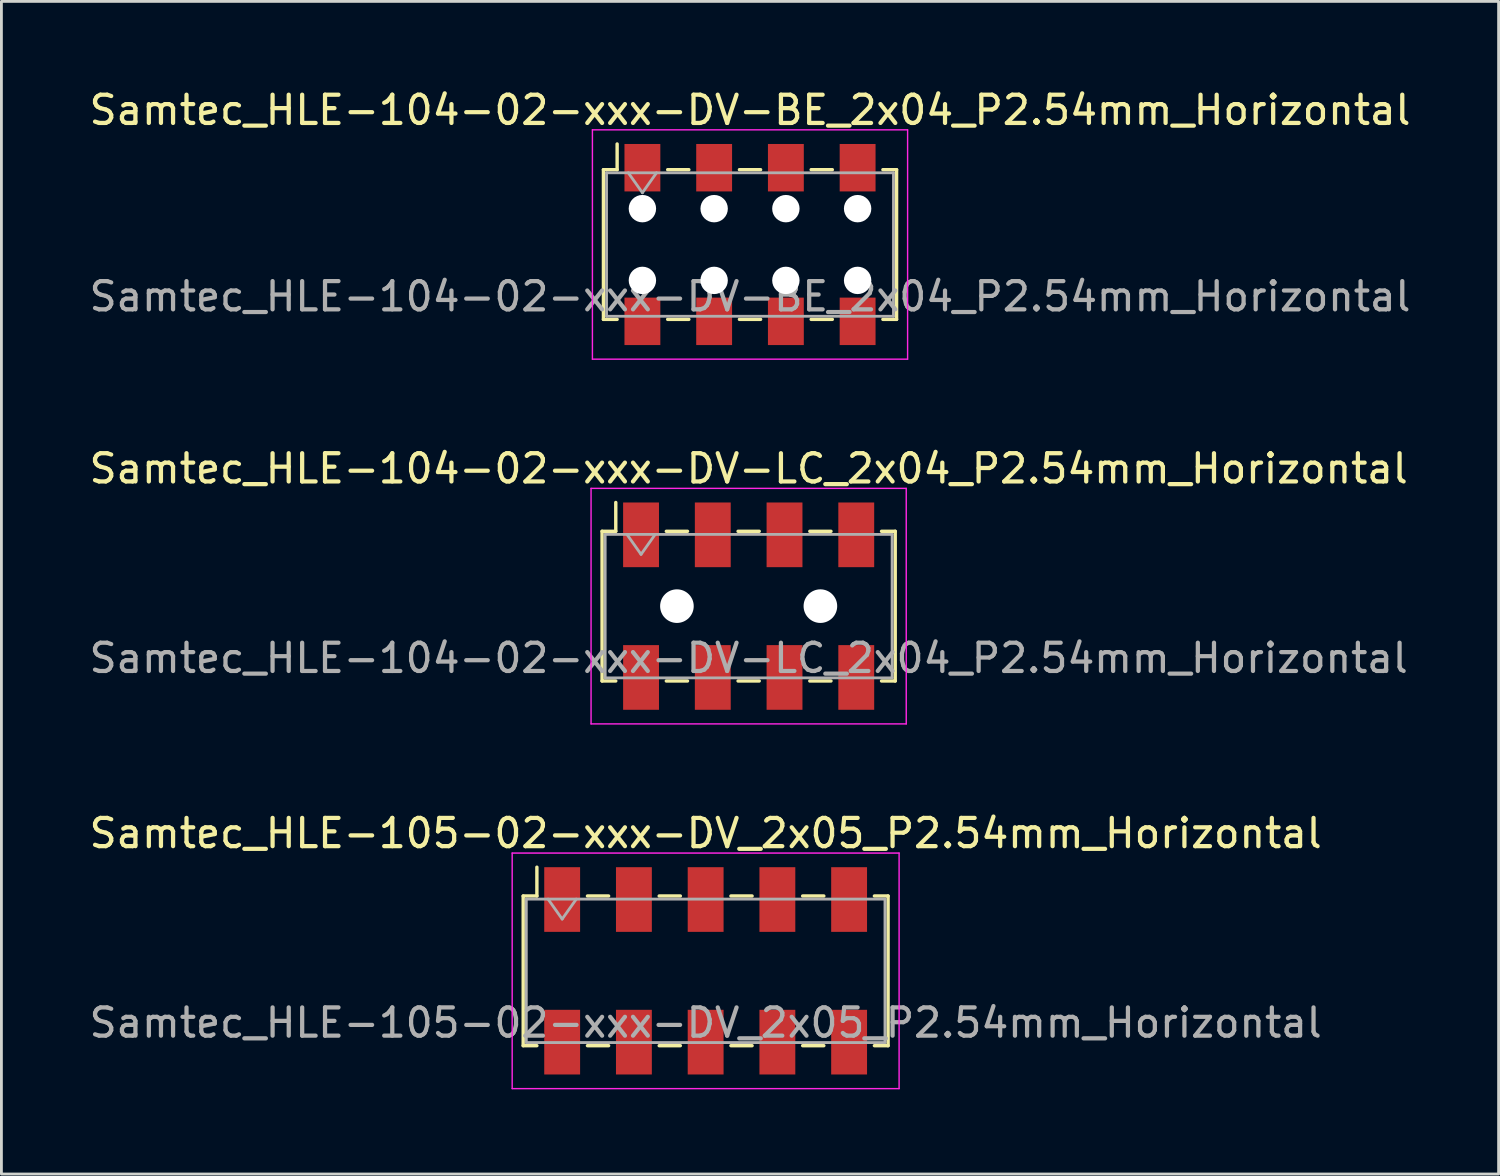
<source format=kicad_pcb>
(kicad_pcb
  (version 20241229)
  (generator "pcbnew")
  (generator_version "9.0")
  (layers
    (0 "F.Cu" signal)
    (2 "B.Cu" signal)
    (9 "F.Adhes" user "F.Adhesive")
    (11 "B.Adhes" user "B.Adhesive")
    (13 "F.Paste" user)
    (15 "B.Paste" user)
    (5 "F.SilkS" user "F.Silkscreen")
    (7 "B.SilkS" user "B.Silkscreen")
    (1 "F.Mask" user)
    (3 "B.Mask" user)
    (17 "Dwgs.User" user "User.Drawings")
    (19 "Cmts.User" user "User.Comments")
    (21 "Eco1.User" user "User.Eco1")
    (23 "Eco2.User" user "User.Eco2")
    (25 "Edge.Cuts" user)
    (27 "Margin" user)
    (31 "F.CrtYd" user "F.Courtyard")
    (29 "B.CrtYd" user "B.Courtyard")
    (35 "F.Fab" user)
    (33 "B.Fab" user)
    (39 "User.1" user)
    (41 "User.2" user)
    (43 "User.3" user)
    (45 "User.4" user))
  (footprint "Samtec_HLE-105-02-xxx-DV_2x05_P2.54mm_Horizontal"
    (layer "F.Cu")
    (at 21.935 31.325)
    (property "Reference" "Samtec_HLE-105-02-xxx-DV_2x05_P2.54mm_Horizontal" (at 0 -4.87 0) (layer "F.SilkS") (effects (font (size 1 1) (thickness 0.15))))
    (attr smd)
    (fp_line (start -6.46 -2.65) (end -6.46 2.65) (stroke (width 0.12) (type solid)) (layer "F.SilkS"))
    (fp_line (start -6.46 2.65) (end -5.975 2.65) (stroke (width 0.12) (type solid)) (layer "F.SilkS"))
    (fp_line (start -5.975 -3.67) (end -5.975 -2.65) (stroke (width 0.12) (type solid)) (layer "F.SilkS"))
    (fp_line (start -5.975 -2.65) (end -6.46 -2.65) (stroke (width 0.12) (type solid)) (layer "F.SilkS"))
    (fp_line (start -4.185 -2.65) (end -3.435 -2.65) (stroke (width 0.12) (type solid)) (layer "F.SilkS"))
    (fp_line (start -4.185 2.65) (end -3.435 2.65) (stroke (width 0.12) (type solid)) (layer "F.SilkS"))
    (fp_line (start -1.645 -2.65) (end -0.895 -2.65) (stroke (width 0.12) (type solid)) (layer "F.SilkS"))
    (fp_line (start -1.645 2.65) (end -0.895 2.65) (stroke (width 0.12) (type solid)) (layer "F.SilkS"))
    (fp_line (start 0.895 -2.65) (end 1.645 -2.65) (stroke (width 0.12) (type solid)) (layer "F.SilkS"))
    (fp_line (start 0.895 2.65) (end 1.645 2.65) (stroke (width 0.12) (type solid)) (layer "F.SilkS"))
    (fp_line (start 3.435 -2.65) (end 4.185 -2.65) (stroke (width 0.12) (type solid)) (layer "F.SilkS"))
    (fp_line (start 3.435 2.65) (end 4.185 2.65) (stroke (width 0.12) (type solid)) (layer "F.SilkS"))
    (fp_line (start 5.975 -2.65) (end 6.46 -2.65) (stroke (width 0.12) (type solid)) (layer "F.SilkS"))
    (fp_line (start 6.46 -2.65) (end 6.46 2.65) (stroke (width 0.12) (type solid)) (layer "F.SilkS"))
    (fp_line (start 6.46 2.65) (end 5.975 2.65) (stroke (width 0.12) (type solid)) (layer "F.SilkS"))
    (fp_line (start -6.85 -4.17) (end 6.85 -4.17) (stroke (width 0.05) (type solid)) (layer "F.CrtYd"))
    (fp_line (start -6.85 4.17) (end -6.85 -4.17) (stroke (width 0.05) (type solid)) (layer "F.CrtYd"))
    (fp_line (start 6.85 -4.17) (end 6.85 4.17) (stroke (width 0.05) (type solid)) (layer "F.CrtYd"))
    (fp_line (start 6.85 4.17) (end -6.85 4.17) (stroke (width 0.05) (type solid)) (layer "F.CrtYd"))
    (fp_line (start -6.35 -2.54) (end 6.35 -2.54) (stroke (width 0.1) (type solid)) (layer "F.Fab"))
    (fp_line (start -6.35 2.54) (end -6.35 -2.54) (stroke (width 0.1) (type solid)) (layer "F.Fab"))
    (fp_line (start -5.58 -2.54) (end -5.08 -1.833) (stroke (width 0.1) (type solid)) (layer "F.Fab"))
    (fp_line (start -5.08 -1.833) (end -4.58 -2.54) (stroke (width 0.1) (type solid)) (layer "F.Fab"))
    (fp_line (start 6.35 -2.54) (end 6.35 2.54) (stroke (width 0.1) (type solid)) (layer "F.Fab"))
    (fp_line (start 6.35 2.54) (end -6.35 2.54) (stroke (width 0.1) (type solid)) (layer "F.Fab"))
    (fp_text user "${REFERENCE}" (at 0 1.84 0) (layer "F.Fab") (effects (font (size 1 1) (thickness 0.15))))
    (pad "1" smd rect (at -5.08 -2.525) (size 1.27 2.29) (layers "F.Cu" "F.Mask" "F.Paste"))
    (pad "2" smd rect (at -5.08 2.525) (size 1.27 2.29) (layers "F.Cu" "F.Mask" "F.Paste"))
    (pad "3" smd rect (at -2.54 -2.525) (size 1.27 2.29) (layers "F.Cu" "F.Mask" "F.Paste"))
    (pad "4" smd rect (at -2.54 2.525) (size 1.27 2.29) (layers "F.Cu" "F.Mask" "F.Paste"))
    (pad "5" smd rect (at 0 -2.525) (size 1.27 2.29) (layers "F.Cu" "F.Mask" "F.Paste"))
    (pad "6" smd rect (at 0 2.525) (size 1.27 2.29) (layers "F.Cu" "F.Mask" "F.Paste"))
    (pad "7" smd rect (at 2.54 -2.525) (size 1.27 2.29) (layers "F.Cu" "F.Mask" "F.Paste"))
    (pad "8" smd rect (at 2.54 2.525) (size 1.27 2.29) (layers "F.Cu" "F.Mask" "F.Paste"))
    (pad "9" smd rect (at 5.08 -2.525) (size 1.27 2.29) (layers "F.Cu" "F.Mask" "F.Paste"))
    (pad "10" smd rect (at 5.08 2.525) (size 1.27 2.29) (layers "F.Cu" "F.Mask" "F.Paste")))
  (footprint "Samtec_HLE-104-02-xxx-DV-BE_2x04_P2.54mm_Horizontal"
    (layer "F.Cu")
    (at 23.506 5.608)
    (property "Reference" "Samtec_HLE-104-02-xxx-DV-BE_2x04_P2.54mm_Horizontal" (at 0 -4.76 0) (layer "F.SilkS") (effects (font (size 1 1) (thickness 0.15))))
    (attr smd)
    (fp_line (start -5.19 -2.65) (end -5.19 2.65) (stroke (width 0.12) (type solid)) (layer "F.SilkS"))
    (fp_line (start -5.19 2.65) (end -4.705 2.65) (stroke (width 0.12) (type solid)) (layer "F.SilkS"))
    (fp_line (start -4.705 -3.56) (end -4.705 -2.65) (stroke (width 0.12) (type solid)) (layer "F.SilkS"))
    (fp_line (start -4.705 -2.65) (end -5.19 -2.65) (stroke (width 0.12) (type solid)) (layer "F.SilkS"))
    (fp_line (start -2.915 -2.65) (end -2.165 -2.65) (stroke (width 0.12) (type solid)) (layer "F.SilkS"))
    (fp_line (start -2.915 2.65) (end -2.165 2.65) (stroke (width 0.12) (type solid)) (layer "F.SilkS"))
    (fp_line (start -0.375 -2.65) (end 0.375 -2.65) (stroke (width 0.12) (type solid)) (layer "F.SilkS"))
    (fp_line (start -0.375 2.65) (end 0.375 2.65) (stroke (width 0.12) (type solid)) (layer "F.SilkS"))
    (fp_line (start 2.165 -2.65) (end 2.915 -2.65) (stroke (width 0.12) (type solid)) (layer "F.SilkS"))
    (fp_line (start 2.165 2.65) (end 2.915 2.65) (stroke (width 0.12) (type solid)) (layer "F.SilkS"))
    (fp_line (start 4.705 -2.65) (end 5.19 -2.65) (stroke (width 0.12) (type solid)) (layer "F.SilkS"))
    (fp_line (start 5.19 -2.65) (end 5.19 2.65) (stroke (width 0.12) (type solid)) (layer "F.SilkS"))
    (fp_line (start 5.19 2.65) (end 4.705 2.65) (stroke (width 0.12) (type solid)) (layer "F.SilkS"))
    (fp_line (start -5.58 -4.06) (end 5.58 -4.06) (stroke (width 0.05) (type solid)) (layer "F.CrtYd"))
    (fp_line (start -5.58 4.06) (end -5.58 -4.06) (stroke (width 0.05) (type solid)) (layer "F.CrtYd"))
    (fp_line (start 5.58 -4.06) (end 5.58 4.06) (stroke (width 0.05) (type solid)) (layer "F.CrtYd"))
    (fp_line (start 5.58 4.06) (end -5.58 4.06) (stroke (width 0.05) (type solid)) (layer "F.CrtYd"))
    (fp_line (start -5.08 -2.54) (end 5.08 -2.54) (stroke (width 0.1) (type solid)) (layer "F.Fab"))
    (fp_line (start -5.08 2.54) (end -5.08 -2.54) (stroke (width 0.1) (type solid)) (layer "F.Fab"))
    (fp_line (start -4.31 -2.54) (end -3.81 -1.833) (stroke (width 0.1) (type solid)) (layer "F.Fab"))
    (fp_line (start -3.81 -1.833) (end -3.31 -2.54) (stroke (width 0.1) (type solid)) (layer "F.Fab"))
    (fp_line (start 5.08 -2.54) (end 5.08 2.54) (stroke (width 0.1) (type solid)) (layer "F.Fab"))
    (fp_line (start 5.08 2.54) (end -5.08 2.54) (stroke (width 0.1) (type solid)) (layer "F.Fab"))
    (fp_text user "${REFERENCE}" (at 0 1.84 0) (layer "F.Fab") (effects (font (size 1 1) (thickness 0.15))))
    (pad "" np_thru_hole circle (at -3.81 -1.27) (size 0.97 0.97) (drill 0.97) (layers "*.Cu" "*.Mask"))
    (pad "" np_thru_hole circle (at -3.81 1.27) (size 0.97 0.97) (drill 0.97) (layers "*.Cu" "*.Mask"))
    (pad "" np_thru_hole circle (at -1.27 -1.27) (size 0.97 0.97) (drill 0.97) (layers "*.Cu" "*.Mask"))
    (pad "" np_thru_hole circle (at -1.27 1.27) (size 0.97 0.97) (drill 0.97) (layers "*.Cu" "*.Mask"))
    (pad "" np_thru_hole circle (at 1.27 -1.27) (size 0.97 0.97) (drill 0.97) (layers "*.Cu" "*.Mask"))
    (pad "" np_thru_hole circle (at 1.27 1.27) (size 0.97 0.97) (drill 0.97) (layers "*.Cu" "*.Mask"))
    (pad "" np_thru_hole circle (at 3.81 -1.27) (size 0.97 0.97) (drill 0.97) (layers "*.Cu" "*.Mask"))
    (pad "" np_thru_hole circle (at 3.81 1.27) (size 0.97 0.97) (drill 0.97) (layers "*.Cu" "*.Mask"))
    (pad "1" smd rect (at -3.81 -2.72) (size 1.27 1.68) (layers "F.Cu" "F.Mask" "F.Paste"))
    (pad "2" smd rect (at -3.81 2.72) (size 1.27 1.68) (layers "F.Cu" "F.Mask" "F.Paste"))
    (pad "3" smd rect (at -1.27 -2.72) (size 1.27 1.68) (layers "F.Cu" "F.Mask" "F.Paste"))
    (pad "4" smd rect (at -1.27 2.72) (size 1.27 1.68) (layers "F.Cu" "F.Mask" "F.Paste"))
    (pad "5" smd rect (at 1.27 -2.72) (size 1.27 1.68) (layers "F.Cu" "F.Mask" "F.Paste"))
    (pad "6" smd rect (at 1.27 2.72) (size 1.27 1.68) (layers "F.Cu" "F.Mask" "F.Paste"))
    (pad "7" smd rect (at 3.81 -2.72) (size 1.27 1.68) (layers "F.Cu" "F.Mask" "F.Paste"))
    (pad "8" smd rect (at 3.81 2.72) (size 1.27 1.68) (layers "F.Cu" "F.Mask" "F.Paste")))
  (footprint "Samtec_HLE-104-02-xxx-DV-LC_2x04_P2.54mm_Horizontal"
    (layer "F.Cu")
    (at 23.458 18.412)
    (property "Reference" "Samtec_HLE-104-02-xxx-DV-LC_2x04_P2.54mm_Horizontal" (at 0 -4.87 0) (layer "F.SilkS") (effects (font (size 1 1) (thickness 0.15))))
    (attr smd)
    (fp_line (start -5.19 -2.65) (end -5.19 2.65) (stroke (width 0.12) (type solid)) (layer "F.SilkS"))
    (fp_line (start -5.19 2.65) (end -4.705 2.65) (stroke (width 0.12) (type solid)) (layer "F.SilkS"))
    (fp_line (start -4.705 -3.67) (end -4.705 -2.65) (stroke (width 0.12) (type solid)) (layer "F.SilkS"))
    (fp_line (start -4.705 -2.65) (end -5.19 -2.65) (stroke (width 0.12) (type solid)) (layer "F.SilkS"))
    (fp_line (start -2.915 -2.65) (end -2.165 -2.65) (stroke (width 0.12) (type solid)) (layer "F.SilkS"))
    (fp_line (start -2.915 2.65) (end -2.165 2.65) (stroke (width 0.12) (type solid)) (layer "F.SilkS"))
    (fp_line (start -0.375 -2.65) (end 0.375 -2.65) (stroke (width 0.12) (type solid)) (layer "F.SilkS"))
    (fp_line (start -0.375 2.65) (end 0.375 2.65) (stroke (width 0.12) (type solid)) (layer "F.SilkS"))
    (fp_line (start 2.165 -2.65) (end 2.915 -2.65) (stroke (width 0.12) (type solid)) (layer "F.SilkS"))
    (fp_line (start 2.165 2.65) (end 2.915 2.65) (stroke (width 0.12) (type solid)) (layer "F.SilkS"))
    (fp_line (start 4.705 -2.65) (end 5.19 -2.65) (stroke (width 0.12) (type solid)) (layer "F.SilkS"))
    (fp_line (start 5.19 -2.65) (end 5.19 2.65) (stroke (width 0.12) (type solid)) (layer "F.SilkS"))
    (fp_line (start 5.19 2.65) (end 4.705 2.65) (stroke (width 0.12) (type solid)) (layer "F.SilkS"))
    (fp_line (start -5.58 -4.17) (end 5.58 -4.17) (stroke (width 0.05) (type solid)) (layer "F.CrtYd"))
    (fp_line (start -5.58 4.17) (end -5.58 -4.17) (stroke (width 0.05) (type solid)) (layer "F.CrtYd"))
    (fp_line (start 5.58 -4.17) (end 5.58 4.17) (stroke (width 0.05) (type solid)) (layer "F.CrtYd"))
    (fp_line (start 5.58 4.17) (end -5.58 4.17) (stroke (width 0.05) (type solid)) (layer "F.CrtYd"))
    (fp_line (start -5.08 -2.54) (end 5.08 -2.54) (stroke (width 0.1) (type solid)) (layer "F.Fab"))
    (fp_line (start -5.08 2.54) (end -5.08 -2.54) (stroke (width 0.1) (type solid)) (layer "F.Fab"))
    (fp_line (start -4.31 -2.54) (end -3.81 -1.833) (stroke (width 0.1) (type solid)) (layer "F.Fab"))
    (fp_line (start -3.81 -1.833) (end -3.31 -2.54) (stroke (width 0.1) (type solid)) (layer "F.Fab"))
    (fp_line (start 5.08 -2.54) (end 5.08 2.54) (stroke (width 0.1) (type solid)) (layer "F.Fab"))
    (fp_line (start 5.08 2.54) (end -5.08 2.54) (stroke (width 0.1) (type solid)) (layer "F.Fab"))
    (fp_text user "${REFERENCE}" (at 0 1.84 0) (layer "F.Fab") (effects (font (size 1 1) (thickness 0.15))))
    (pad "" np_thru_hole circle (at -2.54 0) (size 1.19 1.19) (drill 1.19) (layers "*.Cu" "*.Mask"))
    (pad "" np_thru_hole circle (at 2.54 0) (size 1.19 1.19) (drill 1.19) (layers "*.Cu" "*.Mask"))
    (pad "1" smd rect (at -3.81 -2.525) (size 1.27 2.29) (layers "F.Cu" "F.Mask" "F.Paste"))
    (pad "2" smd rect (at -3.81 2.525) (size 1.27 2.29) (layers "F.Cu" "F.Mask" "F.Paste"))
    (pad "3" smd rect (at -1.27 -2.525) (size 1.27 2.29) (layers "F.Cu" "F.Mask" "F.Paste"))
    (pad "4" smd rect (at -1.27 2.525) (size 1.27 2.29) (layers "F.Cu" "F.Mask" "F.Paste"))
    (pad "5" smd rect (at 1.27 -2.525) (size 1.27 2.29) (layers "F.Cu" "F.Mask" "F.Paste"))
    (pad "6" smd rect (at 1.27 2.525) (size 1.27 2.29) (layers "F.Cu" "F.Mask" "F.Paste"))
    (pad "7" smd rect (at 3.81 -2.525) (size 1.27 2.29) (layers "F.Cu" "F.Mask" "F.Paste"))
    (pad "8" smd rect (at 3.81 2.525) (size 1.27 2.29) (layers "F.Cu" "F.Mask" "F.Paste")))
  (gr_rect
    (start -3 -3)
    (end 50.012 38.52)
    (stroke (width 0.1) (type default))
    (fill no)
    (layer "Edge.Cuts")))
</source>
